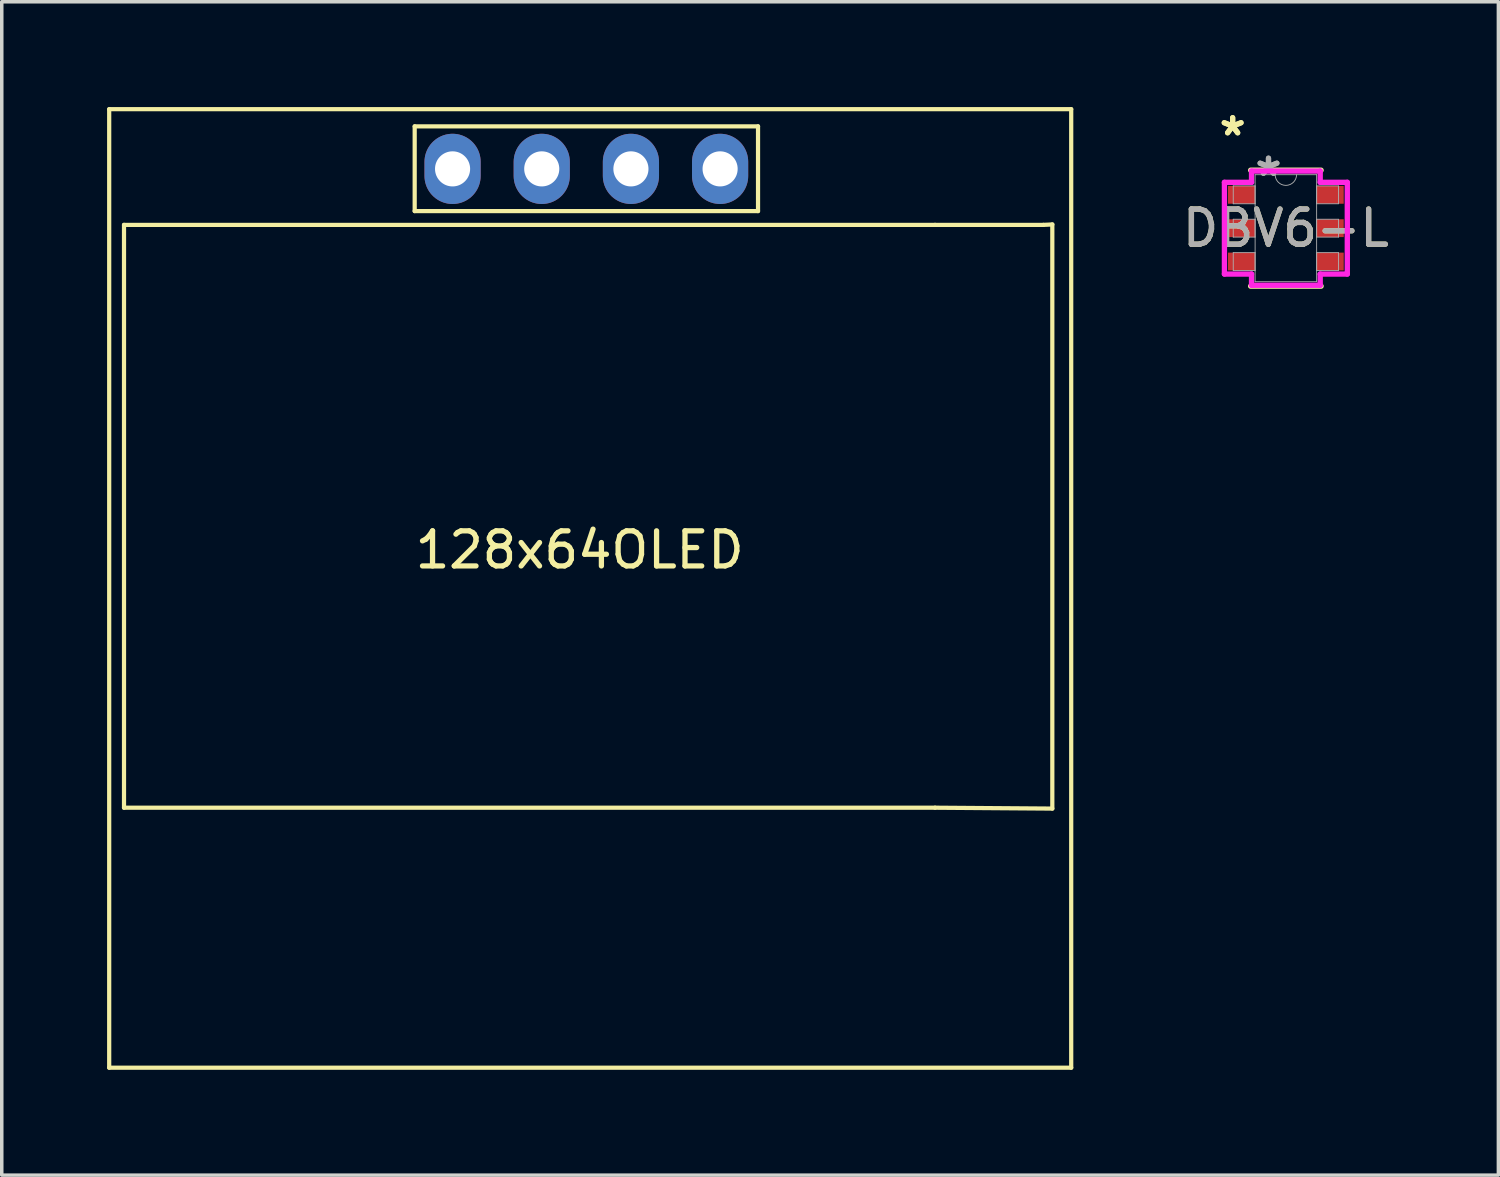
<source format=kicad_pcb>
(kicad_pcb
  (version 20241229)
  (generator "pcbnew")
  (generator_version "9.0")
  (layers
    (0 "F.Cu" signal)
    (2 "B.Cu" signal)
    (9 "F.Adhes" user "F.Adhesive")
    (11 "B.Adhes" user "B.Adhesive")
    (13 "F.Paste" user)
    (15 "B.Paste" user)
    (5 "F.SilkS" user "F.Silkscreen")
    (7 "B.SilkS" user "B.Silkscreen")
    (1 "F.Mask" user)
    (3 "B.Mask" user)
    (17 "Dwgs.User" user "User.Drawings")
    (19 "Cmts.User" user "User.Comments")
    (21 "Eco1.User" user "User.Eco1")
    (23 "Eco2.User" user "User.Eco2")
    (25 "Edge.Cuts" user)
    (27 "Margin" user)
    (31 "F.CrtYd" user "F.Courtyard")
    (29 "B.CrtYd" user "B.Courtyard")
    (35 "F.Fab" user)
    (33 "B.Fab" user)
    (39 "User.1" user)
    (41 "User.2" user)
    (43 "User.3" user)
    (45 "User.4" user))
  (footprint "128x64OLED"
    (layer "F.Cu")
    (at 13.46 12.36)
    (property "Reference" "128x64OLED" (at 0 0.254 0) (layer "F.SilkS") (effects (font (size 1 1) (thickness 0.15))))
    (attr through_hole)
    (fp_line (start -13.4 -12.3) (end 14 -12.3) (stroke (width 0.12) (type solid)) (layer "F.SilkS"))
    (fp_line (start -13.4 15) (end -13.4 -12.3) (stroke (width 0.12) (type solid)) (layer "F.SilkS"))
    (fp_line (start -12.978 -9.005) (end 10.122 -9.005) (stroke (width 0.12) (type solid)) (layer "F.SilkS"))
    (fp_line (start -12.978 7.595) (end -12.978 -9.005) (stroke (width 0.12) (type solid)) (layer "F.SilkS"))
    (fp_line (start -4.699 -11.811) (end -4.699 -9.398) (stroke (width 0.12) (type solid)) (layer "F.SilkS"))
    (fp_line (start -4.699 -11.811) (end 5.08 -11.811) (stroke (width 0.12) (type solid)) (layer "F.SilkS"))
    (fp_line (start 5.08 -11.811) (end 5.08 -9.398) (stroke (width 0.12) (type solid)) (layer "F.SilkS"))
    (fp_line (start 5.08 -9.398) (end -4.699 -9.398) (stroke (width 0.12) (type solid)) (layer "F.SilkS"))
    (fp_line (start 10.122 -9.005) (end 13.208 -9.005) (stroke (width 0.12) (type solid)) (layer "F.SilkS"))
    (fp_line (start 10.122 7.595) (end -12.978 7.595) (stroke (width 0.12) (type solid)) (layer "F.SilkS"))
    (fp_line (start 10.122 7.595) (end 13.462 7.62) (stroke (width 0.12) (type solid)) (layer "F.SilkS"))
    (fp_line (start 13.462 -9.017) (end 13.208 -9.005) (stroke (width 0.12) (type solid)) (layer "F.SilkS"))
    (fp_line (start 13.462 7.62) (end 13.462 -9.017) (stroke (width 0.12) (type solid)) (layer "F.SilkS"))
    (fp_line (start 14 -12.3) (end 14 15) (stroke (width 0.12) (type solid)) (layer "F.SilkS"))
    (fp_line (start 14 15) (end -13.4 15) (stroke (width 0.12) (type solid)) (layer "F.SilkS"))
    (pad "1" thru_hole oval (at -3.62 -10.6 90) (size 2 1.6) (drill 1) (layers "*.Cu" "*.Mask"))
    (pad "2" thru_hole oval (at -1.08 -10.6 90) (size 2 1.6) (drill 1) (layers "*.Cu" "*.Mask"))
    (pad "3" thru_hole oval (at 1.46 -10.6 90) (size 2 1.6) (drill 1) (layers "*.Cu" "*.Mask"))
    (pad "4" thru_hole oval (at 4 -10.6 90) (size 2 1.6) (drill 1) (layers "*.Cu" "*.Mask")))
  (footprint "DBV6-L"
    (layer "F.Cu")
    (at 33.574 3.449)
    (property "Reference" "DBV6-L" (at 0 0 0) (unlocked yes) (layer "F.SilkS") (effects (font (size 1 1) (thickness 0.15))))
    (attr smd)
    (fp_line (start -1.003 1.651) (end 1.003 1.651) (stroke (width 0.152) (type solid)) (layer "F.SilkS"))
    (fp_line (start 1.003 -1.651) (end -1.003 -1.651) (stroke (width 0.152) (type solid)) (layer "F.SilkS"))
    (fp_line (start -1.75 -1.306) (end -0.978 -1.306) (stroke (width 0.152) (type solid)) (layer "F.CrtYd"))
    (fp_line (start -1.75 1.306) (end -1.75 -1.306) (stroke (width 0.152) (type solid)) (layer "F.CrtYd"))
    (fp_line (start -1.75 1.306) (end -0.978 1.306) (stroke (width 0.152) (type solid)) (layer "F.CrtYd"))
    (fp_line (start -0.978 -1.626) (end 0.978 -1.626) (stroke (width 0.152) (type solid)) (layer "F.CrtYd"))
    (fp_line (start -0.978 -1.306) (end -0.978 -1.626) (stroke (width 0.152) (type solid)) (layer "F.CrtYd"))
    (fp_line (start -0.978 1.626) (end -0.978 1.306) (stroke (width 0.152) (type solid)) (layer "F.CrtYd"))
    (fp_line (start 0.978 -1.626) (end 0.978 -1.306) (stroke (width 0.152) (type solid)) (layer "F.CrtYd"))
    (fp_line (start 0.978 1.306) (end 0.978 1.626) (stroke (width 0.152) (type solid)) (layer "F.CrtYd"))
    (fp_line (start 0.978 1.626) (end -0.978 1.626) (stroke (width 0.152) (type solid)) (layer "F.CrtYd"))
    (fp_line (start 1.75 -1.306) (end 0.978 -1.306) (stroke (width 0.152) (type solid)) (layer "F.CrtYd"))
    (fp_line (start 1.75 -1.306) (end 1.75 1.306) (stroke (width 0.152) (type solid)) (layer "F.CrtYd"))
    (fp_line (start 1.75 1.306) (end 0.978 1.306) (stroke (width 0.152) (type solid)) (layer "F.CrtYd"))
    (fp_line (start -1.499 -1.204) (end -1.499 -0.696) (stroke (width 0.025) (type solid)) (layer "F.Fab"))
    (fp_line (start -1.499 -0.696) (end -0.876 -0.696) (stroke (width 0.025) (type solid)) (layer "F.Fab"))
    (fp_line (start -1.499 -0.254) (end -1.499 0.254) (stroke (width 0.025) (type solid)) (layer "F.Fab"))
    (fp_line (start -1.499 0.254) (end -0.876 0.254) (stroke (width 0.025) (type solid)) (layer "F.Fab"))
    (fp_line (start -1.499 0.696) (end -1.499 1.204) (stroke (width 0.025) (type solid)) (layer "F.Fab"))
    (fp_line (start -1.499 1.204) (end -0.876 1.204) (stroke (width 0.025) (type solid)) (layer "F.Fab"))
    (fp_line (start -0.876 -1.524) (end -0.876 1.524) (stroke (width 0.025) (type solid)) (layer "F.Fab"))
    (fp_line (start -0.876 -1.204) (end -1.499 -1.204) (stroke (width 0.025) (type solid)) (layer "F.Fab"))
    (fp_line (start -0.876 -0.696) (end -0.876 -1.204) (stroke (width 0.025) (type solid)) (layer "F.Fab"))
    (fp_line (start -0.876 -0.254) (end -1.499 -0.254) (stroke (width 0.025) (type solid)) (layer "F.Fab"))
    (fp_line (start -0.876 0.254) (end -0.876 -0.254) (stroke (width 0.025) (type solid)) (layer "F.Fab"))
    (fp_line (start -0.876 0.696) (end -1.499 0.696) (stroke (width 0.025) (type solid)) (layer "F.Fab"))
    (fp_line (start -0.876 1.204) (end -0.876 0.696) (stroke (width 0.025) (type solid)) (layer "F.Fab"))
    (fp_line (start -0.876 1.524) (end 0.876 1.524) (stroke (width 0.025) (type solid)) (layer "F.Fab"))
    (fp_line (start 0.876 -1.524) (end -0.876 -1.524) (stroke (width 0.025) (type solid)) (layer "F.Fab"))
    (fp_line (start 0.876 -1.204) (end 0.876 -0.696) (stroke (width 0.025) (type solid)) (layer "F.Fab"))
    (fp_line (start 0.876 -0.696) (end 1.499 -0.696) (stroke (width 0.025) (type solid)) (layer "F.Fab"))
    (fp_line (start 0.876 -0.254) (end 0.876 0.254) (stroke (width 0.025) (type solid)) (layer "F.Fab"))
    (fp_line (start 0.876 0.254) (end 1.499 0.254) (stroke (width 0.025) (type solid)) (layer "F.Fab"))
    (fp_line (start 0.876 0.696) (end 0.876 1.204) (stroke (width 0.025) (type solid)) (layer "F.Fab"))
    (fp_line (start 0.876 1.204) (end 1.499 1.204) (stroke (width 0.025) (type solid)) (layer "F.Fab"))
    (fp_line (start 0.876 1.524) (end 0.876 -1.524) (stroke (width 0.025) (type solid)) (layer "F.Fab"))
    (fp_line (start 1.499 -1.204) (end 0.876 -1.204) (stroke (width 0.025) (type solid)) (layer "F.Fab"))
    (fp_line (start 1.499 -0.696) (end 1.499 -1.204) (stroke (width 0.025) (type solid)) (layer "F.Fab"))
    (fp_line (start 1.499 -0.254) (end 0.876 -0.254) (stroke (width 0.025) (type solid)) (layer "F.Fab"))
    (fp_line (start 1.499 0.254) (end 1.499 -0.254) (stroke (width 0.025) (type solid)) (layer "F.Fab"))
    (fp_line (start 1.499 0.696) (end 0.876 0.696) (stroke (width 0.025) (type solid)) (layer "F.Fab"))
    (fp_line (start 1.499 1.204) (end 1.499 0.696) (stroke (width 0.025) (type solid)) (layer "F.Fab"))
    (fp_arc (start 0.3048 -1.524) (mid 0 -1.2192) (end -0.3048 -1.524) (stroke (width 0.0254) (type solid)) (layer "F.Fab"))
    (fp_text user "*" (at -1.516 -2.601 0) (layer "F.SilkS") (effects (font (size 1 1) (thickness 0.15))))
    (fp_text user "*" (at -1.516 -2.601 0) (unlocked yes) (layer "F.SilkS") (effects (font (size 1 1) (thickness 0.15))))
    (fp_text user "*" (at -0.495 -1.448 0) (unlocked yes) (layer "F.Fab") (effects (font (size 1 1) (thickness 0.15))))
    (fp_text user "*" (at -0.495 -1.448 0) (layer "F.Fab") (effects (font (size 1 1) (thickness 0.15))))
    (fp_text user "${REFERENCE}" (at 0 0 0) (unlocked yes) (layer "F.Fab") (effects (font (size 1 1) (thickness 0.15))))
    (pad "1" smd rect (at -1.262 -0.95) (size 0.772 0.508) (layers "F.Cu" "F.Mask" "F.Paste"))
    (pad "2" smd rect (at -1.262 0) (size 0.772 0.508) (layers "F.Cu" "F.Mask" "F.Paste"))
    (pad "3" smd rect (at -1.262 0.95) (size 0.772 0.508) (layers "F.Cu" "F.Mask" "F.Paste"))
    (pad "4" smd rect (at 1.262 0.95) (size 0.772 0.508) (layers "F.Cu" "F.Mask" "F.Paste"))
    (pad "5" smd rect (at 1.262 0) (size 0.772 0.508) (layers "F.Cu" "F.Mask" "F.Paste"))
    (pad "6" smd rect (at 1.262 -0.95) (size 0.772 0.508) (layers "F.Cu" "F.Mask" "F.Paste")))
  (gr_rect
    (start -3 -3)
    (end 39.627 30.42)
    (stroke (width 0.1) (type default))
    (fill no)
    (layer "Edge.Cuts")))
</source>
